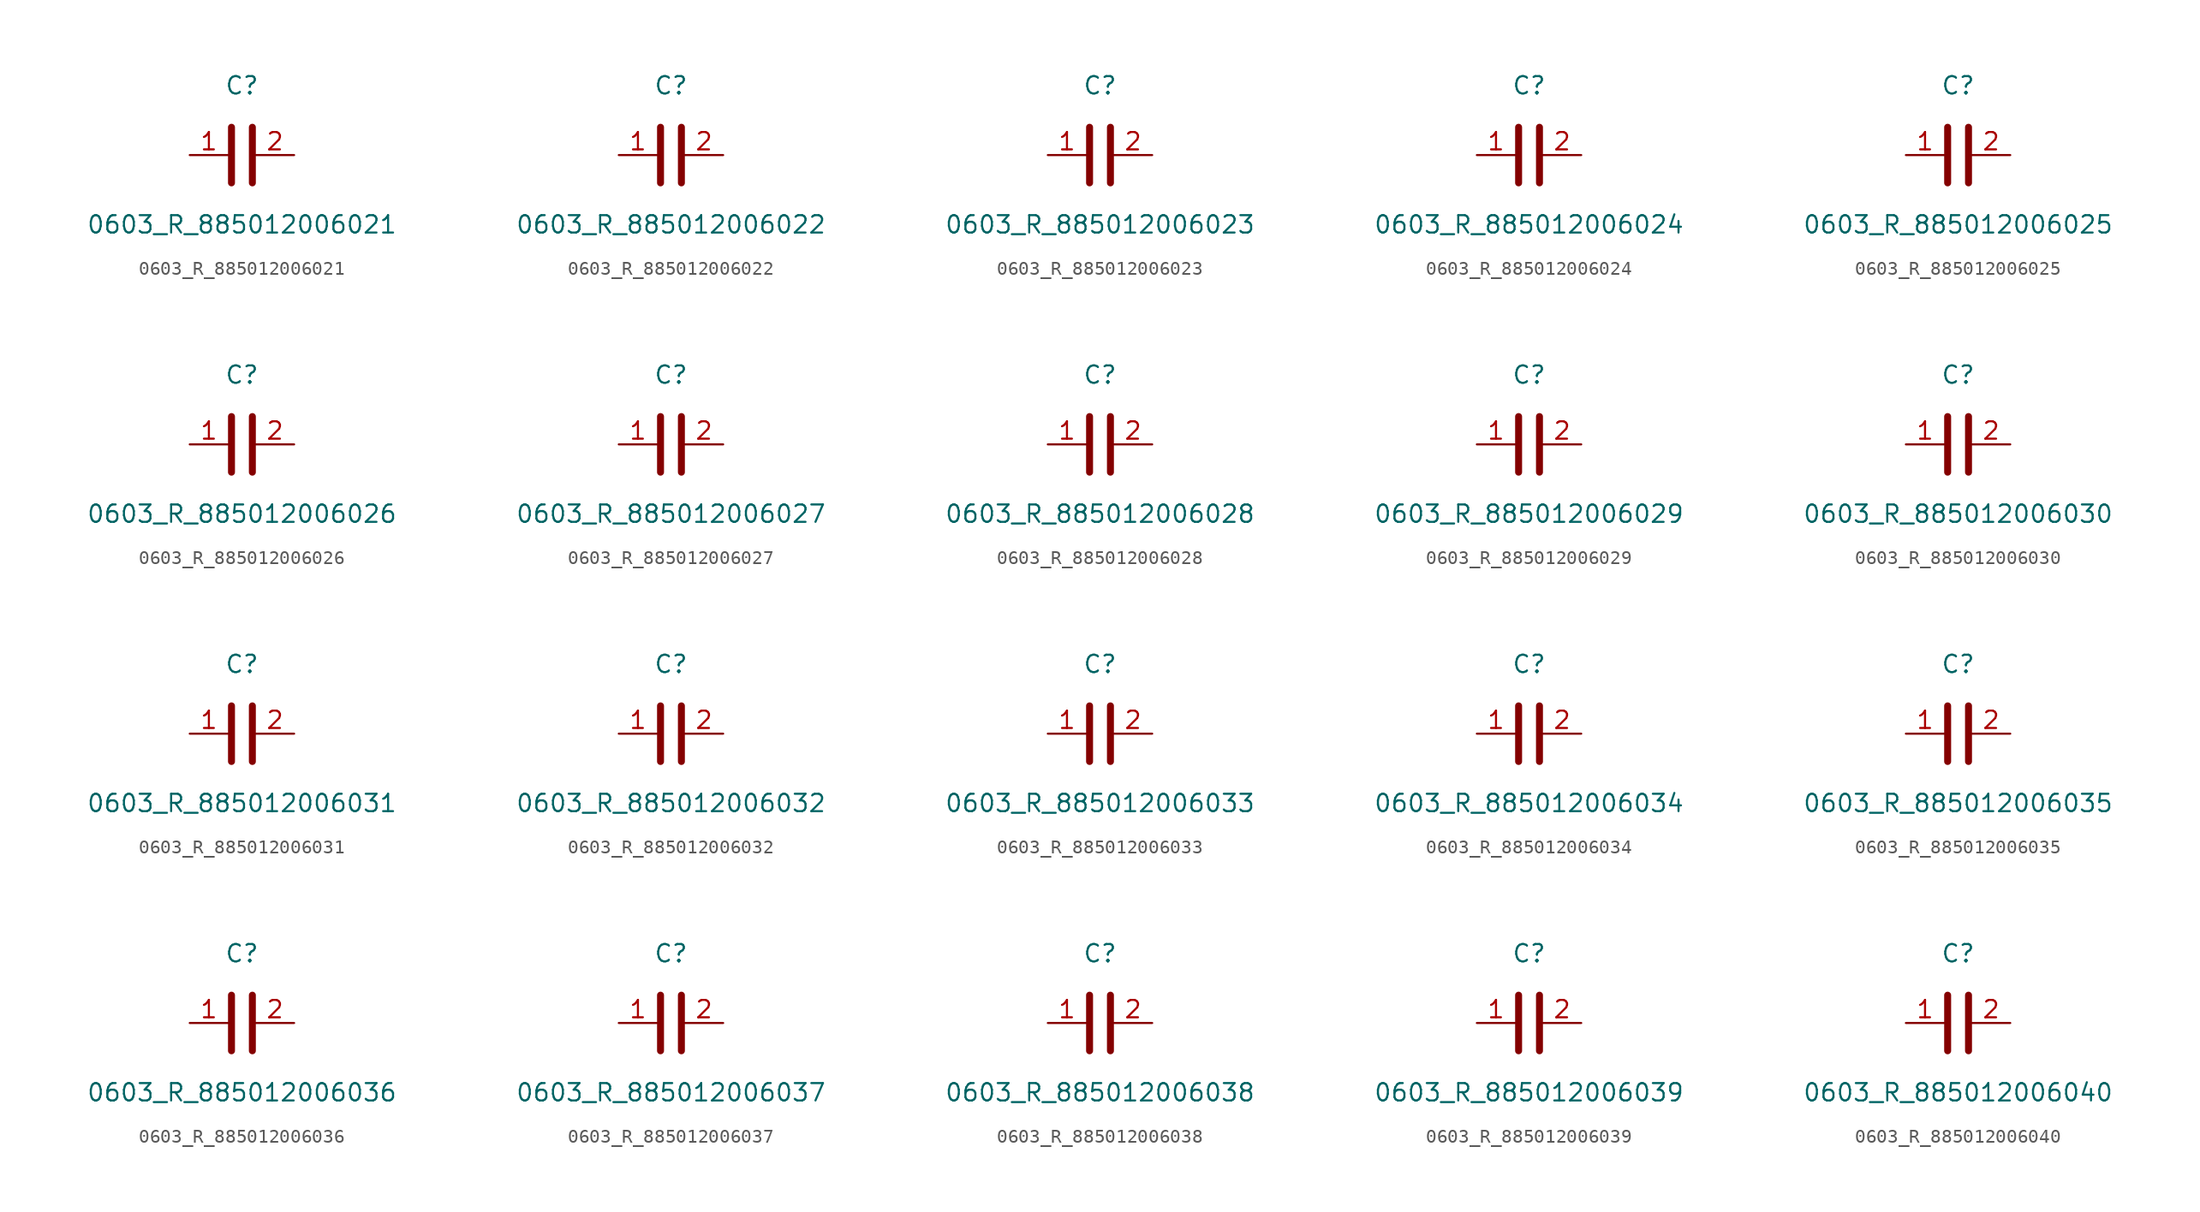
<source format=kicad_sym>
(kicad_symbol_lib
  (version 20220914)
  (generator kicad_symbol_editor)
  (symbol "0603_R_885012006021"
    (pin_names hide)
    (property "Reference" "C"
      (at 0 5.08 0)
      (effects (font (size 1.27 1.27))))
    (property "Value" "0603_R_885012006021"
      (at 0 -5.08 0)
      (effects (font (size 1.27 1.27))))
    (symbol "0603_R_885012006021_0_1"
      (polyline (pts (xy -0.762 -2.032) (xy -0.762 2.032)) (stroke (width 0.508) (type default)) (fill (type none)))
      (polyline (pts (xy 0.762 -2.032) (xy 0.762 2.032)) (stroke (width 0.508) (type default)) (fill (type none))))
    (symbol "0603_R_885012006021_1_1"
      (pin passive line (at -3.81 0 0) (length 2.794) (name "1" (effects (font (size 1.27 1.27)))) (number "1" (effects (font (size 1.27 1.27)))))
      (pin passive line (at 3.81 0 180) (length 2.794) (name "2" (effects (font (size 1.27 1.27)))) (number "2" (effects (font (size 1.27 1.27)))))))
  (symbol "0603_R_885012006022"
    (pin_names hide)
    (property "Reference" "C"
      (at 0 5.08 0)
      (effects (font (size 1.27 1.27))))
    (property "Value" "0603_R_885012006022"
      (at 0 -5.08 0)
      (effects (font (size 1.27 1.27))))
    (symbol "0603_R_885012006022_0_1"
      (polyline (pts (xy -0.762 -2.032) (xy -0.762 2.032)) (stroke (width 0.508) (type default)) (fill (type none)))
      (polyline (pts (xy 0.762 -2.032) (xy 0.762 2.032)) (stroke (width 0.508) (type default)) (fill (type none))))
    (symbol "0603_R_885012006022_1_1"
      (pin passive line (at -3.81 0 0) (length 2.794) (name "1" (effects (font (size 1.27 1.27)))) (number "1" (effects (font (size 1.27 1.27)))))
      (pin passive line (at 3.81 0 180) (length 2.794) (name "2" (effects (font (size 1.27 1.27)))) (number "2" (effects (font (size 1.27 1.27)))))))
  (symbol "0603_R_885012006023"
    (pin_names hide)
    (property "Reference" "C"
      (at 0 5.08 0)
      (effects (font (size 1.27 1.27))))
    (property "Value" "0603_R_885012006023"
      (at 0 -5.08 0)
      (effects (font (size 1.27 1.27))))
    (symbol "0603_R_885012006023_0_1"
      (polyline (pts (xy -0.762 -2.032) (xy -0.762 2.032)) (stroke (width 0.508) (type default)) (fill (type none)))
      (polyline (pts (xy 0.762 -2.032) (xy 0.762 2.032)) (stroke (width 0.508) (type default)) (fill (type none))))
    (symbol "0603_R_885012006023_1_1"
      (pin passive line (at -3.81 0 0) (length 2.794) (name "1" (effects (font (size 1.27 1.27)))) (number "1" (effects (font (size 1.27 1.27)))))
      (pin passive line (at 3.81 0 180) (length 2.794) (name "2" (effects (font (size 1.27 1.27)))) (number "2" (effects (font (size 1.27 1.27)))))))
  (symbol "0603_R_885012006024"
    (pin_names hide)
    (property "Reference" "C"
      (at 0 5.08 0)
      (effects (font (size 1.27 1.27))))
    (property "Value" "0603_R_885012006024"
      (at 0 -5.08 0)
      (effects (font (size 1.27 1.27))))
    (symbol "0603_R_885012006024_0_1"
      (polyline (pts (xy -0.762 -2.032) (xy -0.762 2.032)) (stroke (width 0.508) (type default)) (fill (type none)))
      (polyline (pts (xy 0.762 -2.032) (xy 0.762 2.032)) (stroke (width 0.508) (type default)) (fill (type none))))
    (symbol "0603_R_885012006024_1_1"
      (pin passive line (at -3.81 0 0) (length 2.794) (name "1" (effects (font (size 1.27 1.27)))) (number "1" (effects (font (size 1.27 1.27)))))
      (pin passive line (at 3.81 0 180) (length 2.794) (name "2" (effects (font (size 1.27 1.27)))) (number "2" (effects (font (size 1.27 1.27)))))))
  (symbol "0603_R_885012006025"
    (pin_names hide)
    (property "Reference" "C"
      (at 0 5.08 0)
      (effects (font (size 1.27 1.27))))
    (property "Value" "0603_R_885012006025"
      (at 0 -5.08 0)
      (effects (font (size 1.27 1.27))))
    (symbol "0603_R_885012006025_0_1"
      (polyline (pts (xy -0.762 -2.032) (xy -0.762 2.032)) (stroke (width 0.508) (type default)) (fill (type none)))
      (polyline (pts (xy 0.762 -2.032) (xy 0.762 2.032)) (stroke (width 0.508) (type default)) (fill (type none))))
    (symbol "0603_R_885012006025_1_1"
      (pin passive line (at -3.81 0 0) (length 2.794) (name "1" (effects (font (size 1.27 1.27)))) (number "1" (effects (font (size 1.27 1.27)))))
      (pin passive line (at 3.81 0 180) (length 2.794) (name "2" (effects (font (size 1.27 1.27)))) (number "2" (effects (font (size 1.27 1.27)))))))
  (symbol "0603_R_885012006026"
    (pin_names hide)
    (property "Reference" "C"
      (at 0 5.08 0)
      (effects (font (size 1.27 1.27))))
    (property "Value" "0603_R_885012006026"
      (at 0 -5.08 0)
      (effects (font (size 1.27 1.27))))
    (symbol "0603_R_885012006026_0_1"
      (polyline (pts (xy -0.762 -2.032) (xy -0.762 2.032)) (stroke (width 0.508) (type default)) (fill (type none)))
      (polyline (pts (xy 0.762 -2.032) (xy 0.762 2.032)) (stroke (width 0.508) (type default)) (fill (type none))))
    (symbol "0603_R_885012006026_1_1"
      (pin passive line (at -3.81 0 0) (length 2.794) (name "1" (effects (font (size 1.27 1.27)))) (number "1" (effects (font (size 1.27 1.27)))))
      (pin passive line (at 3.81 0 180) (length 2.794) (name "2" (effects (font (size 1.27 1.27)))) (number "2" (effects (font (size 1.27 1.27)))))))
  (symbol "0603_R_885012006027"
    (pin_names hide)
    (property "Reference" "C"
      (at 0 5.08 0)
      (effects (font (size 1.27 1.27))))
    (property "Value" "0603_R_885012006027"
      (at 0 -5.08 0)
      (effects (font (size 1.27 1.27))))
    (symbol "0603_R_885012006027_0_1"
      (polyline (pts (xy -0.762 -2.032) (xy -0.762 2.032)) (stroke (width 0.508) (type default)) (fill (type none)))
      (polyline (pts (xy 0.762 -2.032) (xy 0.762 2.032)) (stroke (width 0.508) (type default)) (fill (type none))))
    (symbol "0603_R_885012006027_1_1"
      (pin passive line (at -3.81 0 0) (length 2.794) (name "1" (effects (font (size 1.27 1.27)))) (number "1" (effects (font (size 1.27 1.27)))))
      (pin passive line (at 3.81 0 180) (length 2.794) (name "2" (effects (font (size 1.27 1.27)))) (number "2" (effects (font (size 1.27 1.27)))))))
  (symbol "0603_R_885012006028"
    (pin_names hide)
    (property "Reference" "C"
      (at 0 5.08 0)
      (effects (font (size 1.27 1.27))))
    (property "Value" "0603_R_885012006028"
      (at 0 -5.08 0)
      (effects (font (size 1.27 1.27))))
    (symbol "0603_R_885012006028_0_1"
      (polyline (pts (xy -0.762 -2.032) (xy -0.762 2.032)) (stroke (width 0.508) (type default)) (fill (type none)))
      (polyline (pts (xy 0.762 -2.032) (xy 0.762 2.032)) (stroke (width 0.508) (type default)) (fill (type none))))
    (symbol "0603_R_885012006028_1_1"
      (pin passive line (at -3.81 0 0) (length 2.794) (name "1" (effects (font (size 1.27 1.27)))) (number "1" (effects (font (size 1.27 1.27)))))
      (pin passive line (at 3.81 0 180) (length 2.794) (name "2" (effects (font (size 1.27 1.27)))) (number "2" (effects (font (size 1.27 1.27)))))))
  (symbol "0603_R_885012006029"
    (pin_names hide)
    (property "Reference" "C"
      (at 0 5.08 0)
      (effects (font (size 1.27 1.27))))
    (property "Value" "0603_R_885012006029"
      (at 0 -5.08 0)
      (effects (font (size 1.27 1.27))))
    (symbol "0603_R_885012006029_0_1"
      (polyline (pts (xy -0.762 -2.032) (xy -0.762 2.032)) (stroke (width 0.508) (type default)) (fill (type none)))
      (polyline (pts (xy 0.762 -2.032) (xy 0.762 2.032)) (stroke (width 0.508) (type default)) (fill (type none))))
    (symbol "0603_R_885012006029_1_1"
      (pin passive line (at -3.81 0 0) (length 2.794) (name "1" (effects (font (size 1.27 1.27)))) (number "1" (effects (font (size 1.27 1.27)))))
      (pin passive line (at 3.81 0 180) (length 2.794) (name "2" (effects (font (size 1.27 1.27)))) (number "2" (effects (font (size 1.27 1.27)))))))
  (symbol "0603_R_885012006030"
    (pin_names hide)
    (property "Reference" "C"
      (at 0 5.08 0)
      (effects (font (size 1.27 1.27))))
    (property "Value" "0603_R_885012006030"
      (at 0 -5.08 0)
      (effects (font (size 1.27 1.27))))
    (symbol "0603_R_885012006030_0_1"
      (polyline (pts (xy -0.762 -2.032) (xy -0.762 2.032)) (stroke (width 0.508) (type default)) (fill (type none)))
      (polyline (pts (xy 0.762 -2.032) (xy 0.762 2.032)) (stroke (width 0.508) (type default)) (fill (type none))))
    (symbol "0603_R_885012006030_1_1"
      (pin passive line (at -3.81 0 0) (length 2.794) (name "1" (effects (font (size 1.27 1.27)))) (number "1" (effects (font (size 1.27 1.27)))))
      (pin passive line (at 3.81 0 180) (length 2.794) (name "2" (effects (font (size 1.27 1.27)))) (number "2" (effects (font (size 1.27 1.27)))))))
  (symbol "0603_R_885012006031"
    (pin_names hide)
    (property "Reference" "C"
      (at 0 5.08 0)
      (effects (font (size 1.27 1.27))))
    (property "Value" "0603_R_885012006031"
      (at 0 -5.08 0)
      (effects (font (size 1.27 1.27))))
    (symbol "0603_R_885012006031_0_1"
      (polyline (pts (xy -0.762 -2.032) (xy -0.762 2.032)) (stroke (width 0.508) (type default)) (fill (type none)))
      (polyline (pts (xy 0.762 -2.032) (xy 0.762 2.032)) (stroke (width 0.508) (type default)) (fill (type none))))
    (symbol "0603_R_885012006031_1_1"
      (pin passive line (at -3.81 0 0) (length 2.794) (name "1" (effects (font (size 1.27 1.27)))) (number "1" (effects (font (size 1.27 1.27)))))
      (pin passive line (at 3.81 0 180) (length 2.794) (name "2" (effects (font (size 1.27 1.27)))) (number "2" (effects (font (size 1.27 1.27)))))))
  (symbol "0603_R_885012006032"
    (pin_names hide)
    (property "Reference" "C"
      (at 0 5.08 0)
      (effects (font (size 1.27 1.27))))
    (property "Value" "0603_R_885012006032"
      (at 0 -5.08 0)
      (effects (font (size 1.27 1.27))))
    (symbol "0603_R_885012006032_0_1"
      (polyline (pts (xy -0.762 -2.032) (xy -0.762 2.032)) (stroke (width 0.508) (type default)) (fill (type none)))
      (polyline (pts (xy 0.762 -2.032) (xy 0.762 2.032)) (stroke (width 0.508) (type default)) (fill (type none))))
    (symbol "0603_R_885012006032_1_1"
      (pin passive line (at -3.81 0 0) (length 2.794) (name "1" (effects (font (size 1.27 1.27)))) (number "1" (effects (font (size 1.27 1.27)))))
      (pin passive line (at 3.81 0 180) (length 2.794) (name "2" (effects (font (size 1.27 1.27)))) (number "2" (effects (font (size 1.27 1.27)))))))
  (symbol "0603_R_885012006033"
    (pin_names hide)
    (property "Reference" "C"
      (at 0 5.08 0)
      (effects (font (size 1.27 1.27))))
    (property "Value" "0603_R_885012006033"
      (at 0 -5.08 0)
      (effects (font (size 1.27 1.27))))
    (symbol "0603_R_885012006033_0_1"
      (polyline (pts (xy -0.762 -2.032) (xy -0.762 2.032)) (stroke (width 0.508) (type default)) (fill (type none)))
      (polyline (pts (xy 0.762 -2.032) (xy 0.762 2.032)) (stroke (width 0.508) (type default)) (fill (type none))))
    (symbol "0603_R_885012006033_1_1"
      (pin passive line (at -3.81 0 0) (length 2.794) (name "1" (effects (font (size 1.27 1.27)))) (number "1" (effects (font (size 1.27 1.27)))))
      (pin passive line (at 3.81 0 180) (length 2.794) (name "2" (effects (font (size 1.27 1.27)))) (number "2" (effects (font (size 1.27 1.27)))))))
  (symbol "0603_R_885012006034"
    (pin_names hide)
    (property "Reference" "C"
      (at 0 5.08 0)
      (effects (font (size 1.27 1.27))))
    (property "Value" "0603_R_885012006034"
      (at 0 -5.08 0)
      (effects (font (size 1.27 1.27))))
    (symbol "0603_R_885012006034_0_1"
      (polyline (pts (xy -0.762 -2.032) (xy -0.762 2.032)) (stroke (width 0.508) (type default)) (fill (type none)))
      (polyline (pts (xy 0.762 -2.032) (xy 0.762 2.032)) (stroke (width 0.508) (type default)) (fill (type none))))
    (symbol "0603_R_885012006034_1_1"
      (pin passive line (at -3.81 0 0) (length 2.794) (name "1" (effects (font (size 1.27 1.27)))) (number "1" (effects (font (size 1.27 1.27)))))
      (pin passive line (at 3.81 0 180) (length 2.794) (name "2" (effects (font (size 1.27 1.27)))) (number "2" (effects (font (size 1.27 1.27)))))))
  (symbol "0603_R_885012006035"
    (pin_names hide)
    (property "Reference" "C"
      (at 0 5.08 0)
      (effects (font (size 1.27 1.27))))
    (property "Value" "0603_R_885012006035"
      (at 0 -5.08 0)
      (effects (font (size 1.27 1.27))))
    (symbol "0603_R_885012006035_0_1"
      (polyline (pts (xy -0.762 -2.032) (xy -0.762 2.032)) (stroke (width 0.508) (type default)) (fill (type none)))
      (polyline (pts (xy 0.762 -2.032) (xy 0.762 2.032)) (stroke (width 0.508) (type default)) (fill (type none))))
    (symbol "0603_R_885012006035_1_1"
      (pin passive line (at -3.81 0 0) (length 2.794) (name "1" (effects (font (size 1.27 1.27)))) (number "1" (effects (font (size 1.27 1.27)))))
      (pin passive line (at 3.81 0 180) (length 2.794) (name "2" (effects (font (size 1.27 1.27)))) (number "2" (effects (font (size 1.27 1.27)))))))
  (symbol "0603_R_885012006036"
    (pin_names hide)
    (property "Reference" "C"
      (at 0 5.08 0)
      (effects (font (size 1.27 1.27))))
    (property "Value" "0603_R_885012006036"
      (at 0 -5.08 0)
      (effects (font (size 1.27 1.27))))
    (symbol "0603_R_885012006036_0_1"
      (polyline (pts (xy -0.762 -2.032) (xy -0.762 2.032)) (stroke (width 0.508) (type default)) (fill (type none)))
      (polyline (pts (xy 0.762 -2.032) (xy 0.762 2.032)) (stroke (width 0.508) (type default)) (fill (type none))))
    (symbol "0603_R_885012006036_1_1"
      (pin passive line (at -3.81 0 0) (length 2.794) (name "1" (effects (font (size 1.27 1.27)))) (number "1" (effects (font (size 1.27 1.27)))))
      (pin passive line (at 3.81 0 180) (length 2.794) (name "2" (effects (font (size 1.27 1.27)))) (number "2" (effects (font (size 1.27 1.27)))))))
  (symbol "0603_R_885012006037"
    (pin_names hide)
    (property "Reference" "C"
      (at 0 5.08 0)
      (effects (font (size 1.27 1.27))))
    (property "Value" "0603_R_885012006037"
      (at 0 -5.08 0)
      (effects (font (size 1.27 1.27))))
    (symbol "0603_R_885012006037_0_1"
      (polyline (pts (xy -0.762 -2.032) (xy -0.762 2.032)) (stroke (width 0.508) (type default)) (fill (type none)))
      (polyline (pts (xy 0.762 -2.032) (xy 0.762 2.032)) (stroke (width 0.508) (type default)) (fill (type none))))
    (symbol "0603_R_885012006037_1_1"
      (pin passive line (at -3.81 0 0) (length 2.794) (name "1" (effects (font (size 1.27 1.27)))) (number "1" (effects (font (size 1.27 1.27)))))
      (pin passive line (at 3.81 0 180) (length 2.794) (name "2" (effects (font (size 1.27 1.27)))) (number "2" (effects (font (size 1.27 1.27)))))))
  (symbol "0603_R_885012006038"
    (pin_names hide)
    (property "Reference" "C"
      (at 0 5.08 0)
      (effects (font (size 1.27 1.27))))
    (property "Value" "0603_R_885012006038"
      (at 0 -5.08 0)
      (effects (font (size 1.27 1.27))))
    (symbol "0603_R_885012006038_0_1"
      (polyline (pts (xy -0.762 -2.032) (xy -0.762 2.032)) (stroke (width 0.508) (type default)) (fill (type none)))
      (polyline (pts (xy 0.762 -2.032) (xy 0.762 2.032)) (stroke (width 0.508) (type default)) (fill (type none))))
    (symbol "0603_R_885012006038_1_1"
      (pin passive line (at -3.81 0 0) (length 2.794) (name "1" (effects (font (size 1.27 1.27)))) (number "1" (effects (font (size 1.27 1.27)))))
      (pin passive line (at 3.81 0 180) (length 2.794) (name "2" (effects (font (size 1.27 1.27)))) (number "2" (effects (font (size 1.27 1.27)))))))
  (symbol "0603_R_885012006039"
    (pin_names hide)
    (property "Reference" "C"
      (at 0 5.08 0)
      (effects (font (size 1.27 1.27))))
    (property "Value" "0603_R_885012006039"
      (at 0 -5.08 0)
      (effects (font (size 1.27 1.27))))
    (symbol "0603_R_885012006039_0_1"
      (polyline (pts (xy -0.762 -2.032) (xy -0.762 2.032)) (stroke (width 0.508) (type default)) (fill (type none)))
      (polyline (pts (xy 0.762 -2.032) (xy 0.762 2.032)) (stroke (width 0.508) (type default)) (fill (type none))))
    (symbol "0603_R_885012006039_1_1"
      (pin passive line (at -3.81 0 0) (length 2.794) (name "1" (effects (font (size 1.27 1.27)))) (number "1" (effects (font (size 1.27 1.27)))))
      (pin passive line (at 3.81 0 180) (length 2.794) (name "2" (effects (font (size 1.27 1.27)))) (number "2" (effects (font (size 1.27 1.27)))))))
  (symbol "0603_R_885012006040"
    (pin_names hide)
    (property "Reference" "C"
      (at 0 5.08 0)
      (effects (font (size 1.27 1.27))))
    (property "Value" "0603_R_885012006040"
      (at 0 -5.08 0)
      (effects (font (size 1.27 1.27))))
    (symbol "0603_R_885012006040_0_1"
      (polyline (pts (xy -0.762 -2.032) (xy -0.762 2.032)) (stroke (width 0.508) (type default)) (fill (type none)))
      (polyline (pts (xy 0.762 -2.032) (xy 0.762 2.032)) (stroke (width 0.508) (type default)) (fill (type none))))
    (symbol "0603_R_885012006040_1_1"
      (pin passive line (at -3.81 0 0) (length 2.794) (name "1" (effects (font (size 1.27 1.27)))) (number "1" (effects (font (size 1.27 1.27)))))
      (pin passive line (at 3.81 0 180) (length 2.794) (name "2" (effects (font (size 1.27 1.27)))) (number "2" (effects (font (size 1.27 1.27))))))))
</source>
